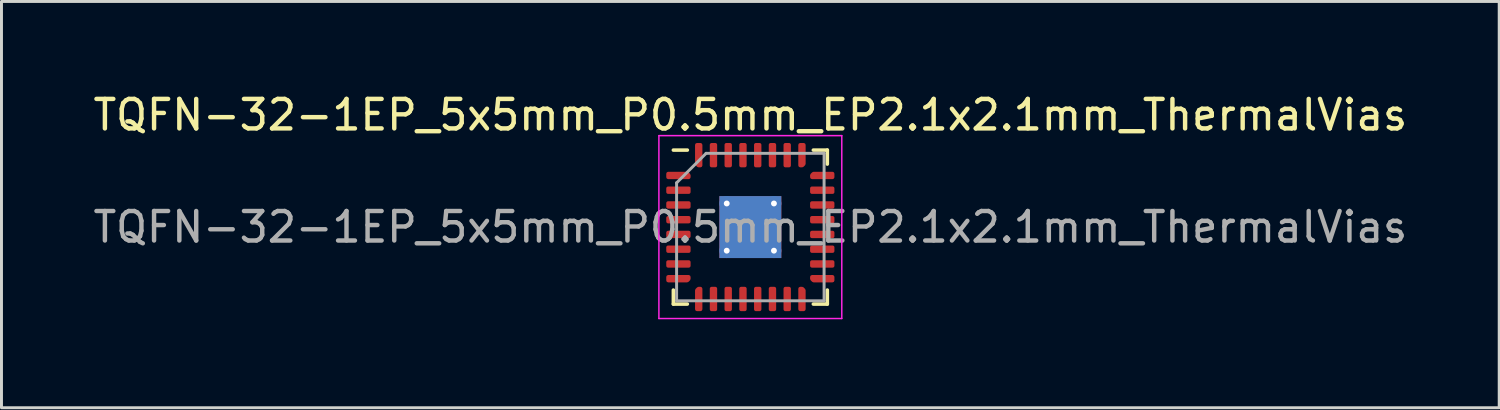
<source format=kicad_pcb>
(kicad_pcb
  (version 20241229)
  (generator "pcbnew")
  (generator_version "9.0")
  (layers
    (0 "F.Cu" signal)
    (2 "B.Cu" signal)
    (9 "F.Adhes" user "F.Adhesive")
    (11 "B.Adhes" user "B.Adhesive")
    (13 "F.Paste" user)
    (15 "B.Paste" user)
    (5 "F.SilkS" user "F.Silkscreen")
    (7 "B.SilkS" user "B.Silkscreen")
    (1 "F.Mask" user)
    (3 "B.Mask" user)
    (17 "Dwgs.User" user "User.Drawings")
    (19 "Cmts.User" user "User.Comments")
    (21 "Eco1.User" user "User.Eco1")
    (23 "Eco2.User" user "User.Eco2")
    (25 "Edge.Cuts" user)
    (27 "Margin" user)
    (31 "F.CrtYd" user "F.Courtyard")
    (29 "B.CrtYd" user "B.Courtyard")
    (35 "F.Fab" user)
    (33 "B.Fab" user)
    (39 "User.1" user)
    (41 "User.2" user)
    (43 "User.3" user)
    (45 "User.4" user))
  (footprint "TQFN-32-1EP_5x5mm_P0.5mm_EP2.1x2.1mm_ThermalVias"
    (layer "F.Cu")
    (at 22.387 4.648)
    (property "Reference" "TQFN-32-1EP_5x5mm_P0.5mm_EP2.1x2.1mm_ThermalVias" (at 0 -3.8 0) (layer "F.SilkS") (effects (font (size 1 1) (thickness 0.15))))
    (attr smd)
    (fp_line (start -2.61 2.61) (end -2.61 2.135) (stroke (width 0.12) (type solid)) (layer "F.SilkS"))
    (fp_line (start -2.135 -2.61) (end -2.61 -2.61) (stroke (width 0.12) (type solid)) (layer "F.SilkS"))
    (fp_line (start -2.135 2.61) (end -2.61 2.61) (stroke (width 0.12) (type solid)) (layer "F.SilkS"))
    (fp_line (start 2.135 -2.61) (end 2.61 -2.61) (stroke (width 0.12) (type solid)) (layer "F.SilkS"))
    (fp_line (start 2.135 2.61) (end 2.61 2.61) (stroke (width 0.12) (type solid)) (layer "F.SilkS"))
    (fp_line (start 2.61 -2.61) (end 2.61 -2.135) (stroke (width 0.12) (type solid)) (layer "F.SilkS"))
    (fp_line (start 2.61 2.61) (end 2.61 2.135) (stroke (width 0.12) (type solid)) (layer "F.SilkS"))
    (fp_line (start -3.1 -3.1) (end -3.1 3.1) (stroke (width 0.05) (type solid)) (layer "F.CrtYd"))
    (fp_line (start -3.1 3.1) (end 3.1 3.1) (stroke (width 0.05) (type solid)) (layer "F.CrtYd"))
    (fp_line (start 3.1 -3.1) (end -3.1 -3.1) (stroke (width 0.05) (type solid)) (layer "F.CrtYd"))
    (fp_line (start 3.1 3.1) (end 3.1 -3.1) (stroke (width 0.05) (type solid)) (layer "F.CrtYd"))
    (fp_line (start -2.5 -1.5) (end -1.5 -2.5) (stroke (width 0.1) (type solid)) (layer "F.Fab"))
    (fp_line (start -2.5 2.5) (end -2.5 -1.5) (stroke (width 0.1) (type solid)) (layer "F.Fab"))
    (fp_line (start -1.5 -2.5) (end 2.5 -2.5) (stroke (width 0.1) (type solid)) (layer "F.Fab"))
    (fp_line (start 2.5 -2.5) (end 2.5 2.5) (stroke (width 0.1) (type solid)) (layer "F.Fab"))
    (fp_line (start 2.5 2.5) (end -2.5 2.5) (stroke (width 0.1) (type solid)) (layer "F.Fab"))
    (fp_text user "${REFERENCE}" (at 0 0 0) (layer "F.Fab") (effects (font (size 1 1) (thickness 0.15))))
    (pad "" smd roundrect (at -0.525 -0.525) (size 0.91 0.91) (layers "F.Paste") (roundrect_rratio 0.25))
    (pad "" smd roundrect (at -0.525 0.525) (size 0.91 0.91) (layers "F.Paste") (roundrect_rratio 0.25))
    (pad "" smd roundrect (at 0.525 -0.525) (size 0.91 0.91) (layers "F.Paste") (roundrect_rratio 0.25))
    (pad "" smd roundrect (at 0.525 0.525) (size 0.91 0.91) (layers "F.Paste") (roundrect_rratio 0.25))
    (pad "1" smd custom (at -2.438 -1.75) (size 0.186 0.186) (layers "F.Cu" "F.Mask" "F.Paste") (options (anchor circle)) (primitives (gr_poly (pts (xy 0.35 -0.009) (xy 0.35 0.062) (xy -0.35 0.062) (xy -0.35 -0.062) (xy 0.297 -0.062)) (width 0.125) (fill yes))))
    (pad "2" smd roundrect (at -2.438 -1.25) (size 0.825 0.25) (layers "F.Cu" "F.Mask" "F.Paste") (roundrect_rratio 0.25))
    (pad "3" smd roundrect (at -2.438 -0.75) (size 0.825 0.25) (layers "F.Cu" "F.Mask" "F.Paste") (roundrect_rratio 0.25))
    (pad "4" smd roundrect (at -2.438 -0.25) (size 0.825 0.25) (layers "F.Cu" "F.Mask" "F.Paste") (roundrect_rratio 0.25))
    (pad "5" smd roundrect (at -2.438 0.25) (size 0.825 0.25) (layers "F.Cu" "F.Mask" "F.Paste") (roundrect_rratio 0.25))
    (pad "6" smd roundrect (at -2.438 0.75) (size 0.825 0.25) (layers "F.Cu" "F.Mask" "F.Paste") (roundrect_rratio 0.25))
    (pad "7" smd roundrect (at -2.438 1.25) (size 0.825 0.25) (layers "F.Cu" "F.Mask" "F.Paste") (roundrect_rratio 0.25))
    (pad "8" smd custom (at -2.438 1.75) (size 0.186 0.186) (layers "F.Cu" "F.Mask" "F.Paste") (options (anchor circle)) (primitives (gr_poly (pts (xy 0.35 0.009) (xy 0.297 0.062) (xy -0.35 0.062) (xy -0.35 -0.062) (xy 0.35 -0.062)) (width 0.125) (fill yes))))
    (pad "9" smd custom (at -1.75 2.438) (size 0.186 0.186) (layers "F.Cu" "F.Mask" "F.Paste") (options (anchor circle)) (primitives (gr_poly (pts (xy 0.062 0.35) (xy -0.062 0.35) (xy -0.062 -0.297) (xy -0.009 -0.35) (xy 0.062 -0.35)) (width 0.125) (fill yes))))
    (pad "10" smd roundrect (at -1.25 2.438) (size 0.25 0.825) (layers "F.Cu" "F.Mask" "F.Paste") (roundrect_rratio 0.25))
    (pad "11" smd roundrect (at -0.75 2.438) (size 0.25 0.825) (layers "F.Cu" "F.Mask" "F.Paste") (roundrect_rratio 0.25))
    (pad "12" smd roundrect (at -0.25 2.438) (size 0.25 0.825) (layers "F.Cu" "F.Mask" "F.Paste") (roundrect_rratio 0.25))
    (pad "13" smd roundrect (at 0.25 2.438) (size 0.25 0.825) (layers "F.Cu" "F.Mask" "F.Paste") (roundrect_rratio 0.25))
    (pad "14" smd roundrect (at 0.75 2.438) (size 0.25 0.825) (layers "F.Cu" "F.Mask" "F.Paste") (roundrect_rratio 0.25))
    (pad "15" smd roundrect (at 1.25 2.438) (size 0.25 0.825) (layers "F.Cu" "F.Mask" "F.Paste") (roundrect_rratio 0.25))
    (pad "16" smd custom (at 1.75 2.438) (size 0.186 0.186) (layers "F.Cu" "F.Mask" "F.Paste") (options (anchor circle)) (primitives (gr_poly (pts (xy 0.062 -0.297) (xy 0.062 0.35) (xy -0.062 0.35) (xy -0.062 -0.35) (xy 0.009 -0.35)) (width 0.125) (fill yes))))
    (pad "17" smd custom (at 2.438 1.75) (size 0.186 0.186) (layers "F.Cu" "F.Mask" "F.Paste") (options (anchor circle)) (primitives (gr_poly (pts (xy 0.35 0.062) (xy -0.297 0.062) (xy -0.35 0.009) (xy -0.35 -0.062) (xy 0.35 -0.062)) (width 0.125) (fill yes))))
    (pad "18" smd roundrect (at 2.438 1.25) (size 0.825 0.25) (layers "F.Cu" "F.Mask" "F.Paste") (roundrect_rratio 0.25))
    (pad "19" smd roundrect (at 2.438 0.75) (size 0.825 0.25) (layers "F.Cu" "F.Mask" "F.Paste") (roundrect_rratio 0.25))
    (pad "20" smd roundrect (at 2.438 0.25) (size 0.825 0.25) (layers "F.Cu" "F.Mask" "F.Paste") (roundrect_rratio 0.25))
    (pad "21" smd roundrect (at 2.438 -0.25) (size 0.825 0.25) (layers "F.Cu" "F.Mask" "F.Paste") (roundrect_rratio 0.25))
    (pad "22" smd roundrect (at 2.438 -0.75) (size 0.825 0.25) (layers "F.Cu" "F.Mask" "F.Paste") (roundrect_rratio 0.25))
    (pad "23" smd roundrect (at 2.438 -1.25) (size 0.825 0.25) (layers "F.Cu" "F.Mask" "F.Paste") (roundrect_rratio 0.25))
    (pad "24" smd custom (at 2.438 -1.75) (size 0.186 0.186) (layers "F.Cu" "F.Mask" "F.Paste") (options (anchor circle)) (primitives (gr_poly (pts (xy 0.35 0.062) (xy -0.35 0.062) (xy -0.35 -0.009) (xy -0.297 -0.062) (xy 0.35 -0.062)) (width 0.125) (fill yes))))
    (pad "25" smd custom (at 1.75 -2.438) (size 0.186 0.186) (layers "F.Cu" "F.Mask" "F.Paste") (options (anchor circle)) (primitives (gr_poly (pts (xy 0.062 0.297) (xy 0.009 0.35) (xy -0.062 0.35) (xy -0.062 -0.35) (xy 0.062 -0.35)) (width 0.125) (fill yes))))
    (pad "26" smd roundrect (at 1.25 -2.438) (size 0.25 0.825) (layers "F.Cu" "F.Mask" "F.Paste") (roundrect_rratio 0.25))
    (pad "27" smd roundrect (at 0.75 -2.438) (size 0.25 0.825) (layers "F.Cu" "F.Mask" "F.Paste") (roundrect_rratio 0.25))
    (pad "28" smd roundrect (at 0.25 -2.438) (size 0.25 0.825) (layers "F.Cu" "F.Mask" "F.Paste") (roundrect_rratio 0.25))
    (pad "29" smd roundrect (at -0.25 -2.438) (size 0.25 0.825) (layers "F.Cu" "F.Mask" "F.Paste") (roundrect_rratio 0.25))
    (pad "30" smd roundrect (at -0.75 -2.438) (size 0.25 0.825) (layers "F.Cu" "F.Mask" "F.Paste") (roundrect_rratio 0.25))
    (pad "31" smd roundrect (at -1.25 -2.438) (size 0.25 0.825) (layers "F.Cu" "F.Mask" "F.Paste") (roundrect_rratio 0.25))
    (pad "32" smd custom (at -1.75 -2.438) (size 0.186 0.186) (layers "F.Cu" "F.Mask" "F.Paste") (options (anchor circle)) (primitives (gr_poly (pts (xy 0.062 0.35) (xy -0.009 0.35) (xy -0.062 0.297) (xy -0.062 -0.35) (xy 0.062 -0.35)) (width 0.125) (fill yes))))
    (pad "33" thru_hole circle (at -0.8 -0.8) (size 0.5 0.5) (drill 0.2) (layers "*.Cu"))
    (pad "33" thru_hole circle (at -0.8 0.8) (size 0.5 0.5) (drill 0.2) (layers "*.Cu"))
    (pad "33" smd rect (at 0 0) (size 2.1 2.1) (layers "F.Cu" "F.Mask"))
    (pad "33" smd rect (at 0 0) (size 2.1 2.1) (layers "B.Cu"))
    (pad "33" thru_hole circle (at 0.8 -0.8) (size 0.5 0.5) (drill 0.2) (layers "*.Cu"))
    (pad "33" thru_hole circle (at 0.8 0.8) (size 0.5 0.5) (drill 0.2) (layers "*.Cu")))
  (gr_rect
    (start -3 -3)
    (end 47.774 10.773)
    (stroke (width 0.1) (type default))
    (fill no)
    (layer "Edge.Cuts")))
</source>
